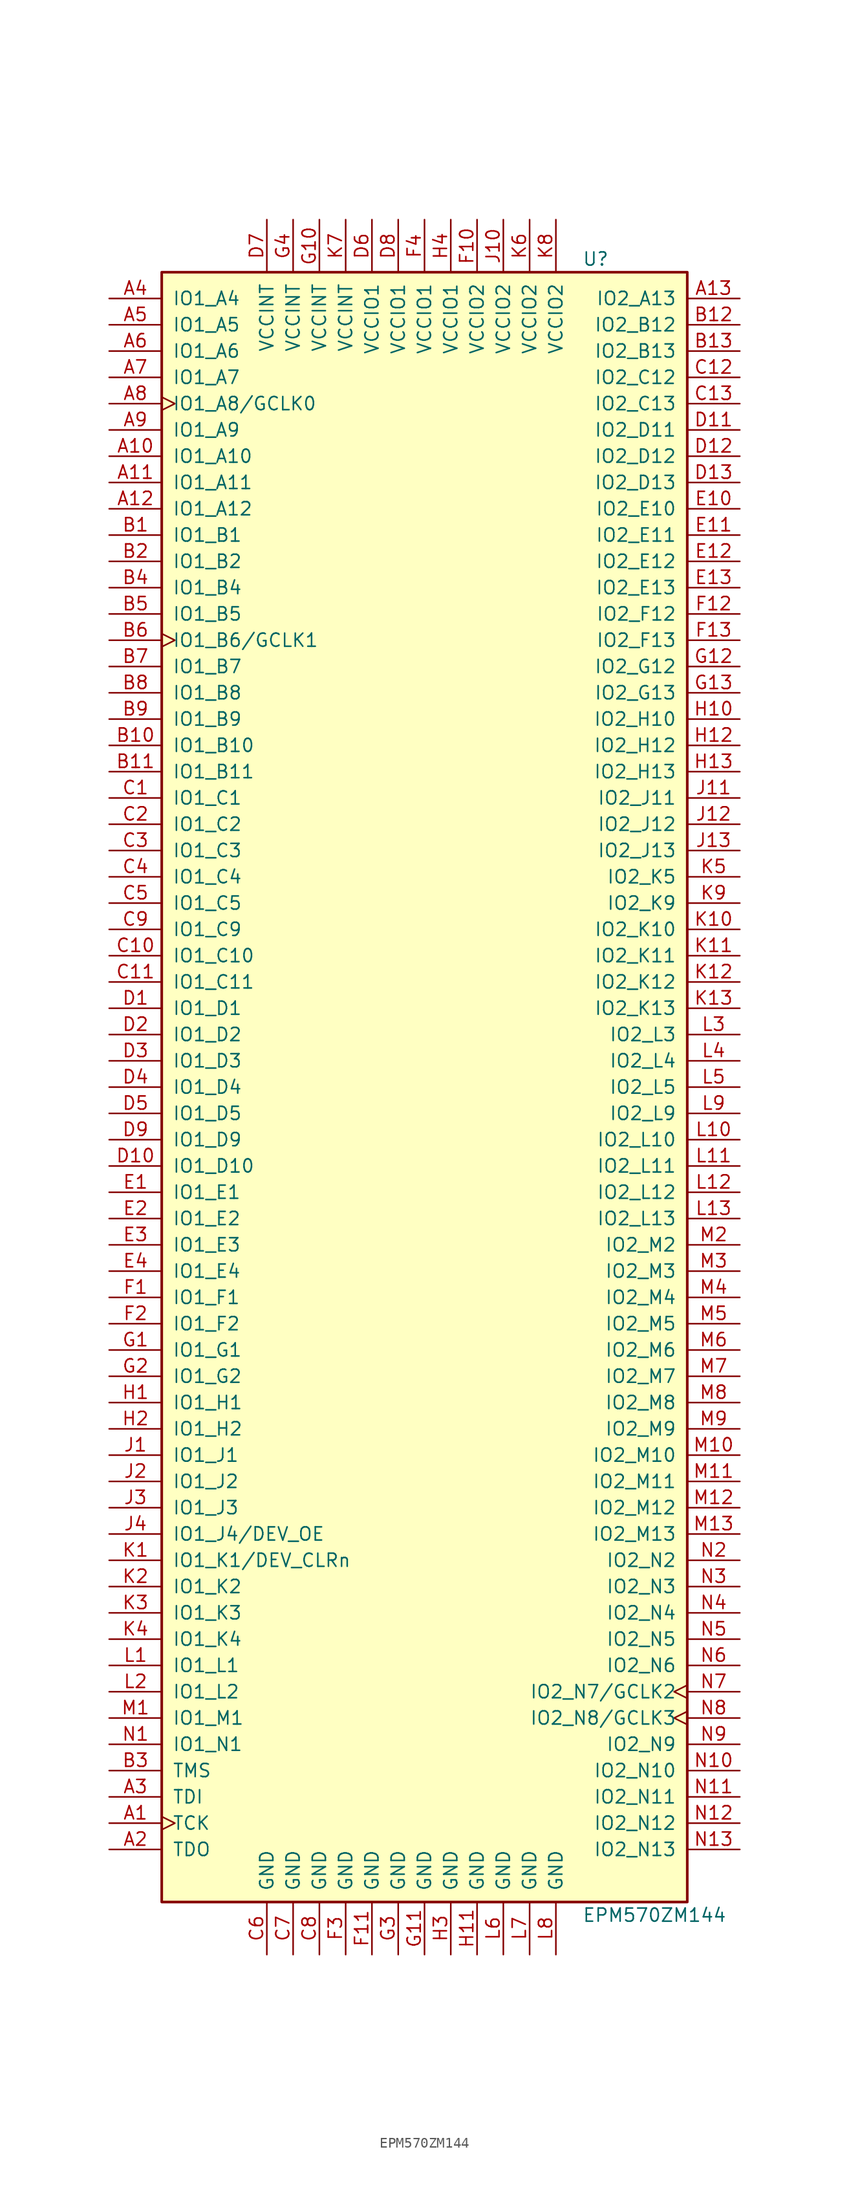
<source format=kicad_sym>
(kicad_symbol_lib
  (version 20231120)
  (generator "kicad_symbol_editor")
  (generator_version "8.0")
  (symbol "EPM570ZM144"
    (pin_names
      (offset 1.016))
    (property "Reference" "U"
      (at 15.24 80.01 0)
      (effects (font (size 1.27 1.27)) (justify left)))
    (property "Value" "EPM570ZM144"
      (at 15.24 -80.01 0)
      (effects (font (size 1.27 1.27)) (justify left)))
    (property "ki_locked" ""
      (at 0 0 0)
      (effects (font (size 1.27 1.27))))
    (symbol "EPM570ZM144_1_1"
      (rectangle (start -25.4 78.74) (end 25.4 -78.74) (stroke (width 0.254) (type default)) (fill (type background)))
      (pin input clock (at -30.48 -71.12 0) (length 5.08) (name "TCK" (effects (font (size 1.27 1.27)))) (number "A1" (effects (font (size 1.27 1.27)))))
      (pin bidirectional line (at -30.48 60.96 0) (length 5.08) (name "IO1_A10" (effects (font (size 1.27 1.27)))) (number "A10" (effects (font (size 1.27 1.27)))))
      (pin bidirectional line (at -30.48 58.42 0) (length 5.08) (name "IO1_A11" (effects (font (size 1.27 1.27)))) (number "A11" (effects (font (size 1.27 1.27)))))
      (pin bidirectional line (at -30.48 55.88 0) (length 5.08) (name "IO1_A12" (effects (font (size 1.27 1.27)))) (number "A12" (effects (font (size 1.27 1.27)))))
      (pin bidirectional line (at 30.48 76.2 180) (length 5.08) (name "IO2_A13" (effects (font (size 1.27 1.27)))) (number "A13" (effects (font (size 1.27 1.27)))))
      (pin output line (at -30.48 -73.66 0) (length 5.08) (name "TDO" (effects (font (size 1.27 1.27)))) (number "A2" (effects (font (size 1.27 1.27)))))
      (pin input line (at -30.48 -68.58 0) (length 5.08) (name "TDI" (effects (font (size 1.27 1.27)))) (number "A3" (effects (font (size 1.27 1.27)))))
      (pin bidirectional line (at -30.48 76.2 0) (length 5.08) (name "IO1_A4" (effects (font (size 1.27 1.27)))) (number "A4" (effects (font (size 1.27 1.27)))))
      (pin bidirectional line (at -30.48 73.66 0) (length 5.08) (name "IO1_A5" (effects (font (size 1.27 1.27)))) (number "A5" (effects (font (size 1.27 1.27)))))
      (pin bidirectional line (at -30.48 71.12 0) (length 5.08) (name "IO1_A6" (effects (font (size 1.27 1.27)))) (number "A6" (effects (font (size 1.27 1.27)))))
      (pin bidirectional line (at -30.48 68.58 0) (length 5.08) (name "IO1_A7" (effects (font (size 1.27 1.27)))) (number "A7" (effects (font (size 1.27 1.27)))))
      (pin bidirectional clock (at -30.48 66.04 0) (length 5.08) (name "IO1_A8/GCLK0" (effects (font (size 1.27 1.27)))) (number "A8" (effects (font (size 1.27 1.27)))))
      (pin bidirectional line (at -30.48 63.5 0) (length 5.08) (name "IO1_A9" (effects (font (size 1.27 1.27)))) (number "A9" (effects (font (size 1.27 1.27)))))
      (pin bidirectional line (at -30.48 53.34 0) (length 5.08) (name "IO1_B1" (effects (font (size 1.27 1.27)))) (number "B1" (effects (font (size 1.27 1.27)))))
      (pin bidirectional line (at -30.48 33.02 0) (length 5.08) (name "IO1_B10" (effects (font (size 1.27 1.27)))) (number "B10" (effects (font (size 1.27 1.27)))))
      (pin bidirectional line (at -30.48 30.48 0) (length 5.08) (name "IO1_B11" (effects (font (size 1.27 1.27)))) (number "B11" (effects (font (size 1.27 1.27)))))
      (pin bidirectional line (at 30.48 73.66 180) (length 5.08) (name "IO2_B12" (effects (font (size 1.27 1.27)))) (number "B12" (effects (font (size 1.27 1.27)))))
      (pin bidirectional line (at 30.48 71.12 180) (length 5.08) (name "IO2_B13" (effects (font (size 1.27 1.27)))) (number "B13" (effects (font (size 1.27 1.27)))))
      (pin bidirectional line (at -30.48 50.8 0) (length 5.08) (name "IO1_B2" (effects (font (size 1.27 1.27)))) (number "B2" (effects (font (size 1.27 1.27)))))
      (pin input line (at -30.48 -66.04 0) (length 5.08) (name "TMS" (effects (font (size 1.27 1.27)))) (number "B3" (effects (font (size 1.27 1.27)))))
      (pin bidirectional line (at -30.48 48.26 0) (length 5.08) (name "IO1_B4" (effects (font (size 1.27 1.27)))) (number "B4" (effects (font (size 1.27 1.27)))))
      (pin bidirectional line (at -30.48 45.72 0) (length 5.08) (name "IO1_B5" (effects (font (size 1.27 1.27)))) (number "B5" (effects (font (size 1.27 1.27)))))
      (pin bidirectional clock (at -30.48 43.18 0) (length 5.08) (name "IO1_B6/GCLK1" (effects (font (size 1.27 1.27)))) (number "B6" (effects (font (size 1.27 1.27)))))
      (pin bidirectional line (at -30.48 40.64 0) (length 5.08) (name "IO1_B7" (effects (font (size 1.27 1.27)))) (number "B7" (effects (font (size 1.27 1.27)))))
      (pin bidirectional line (at -30.48 38.1 0) (length 5.08) (name "IO1_B8" (effects (font (size 1.27 1.27)))) (number "B8" (effects (font (size 1.27 1.27)))))
      (pin bidirectional line (at -30.48 35.56 0) (length 5.08) (name "IO1_B9" (effects (font (size 1.27 1.27)))) (number "B9" (effects (font (size 1.27 1.27)))))
      (pin bidirectional line (at -30.48 27.94 0) (length 5.08) (name "IO1_C1" (effects (font (size 1.27 1.27)))) (number "C1" (effects (font (size 1.27 1.27)))))
      (pin bidirectional line (at -30.48 12.7 0) (length 5.08) (name "IO1_C10" (effects (font (size 1.27 1.27)))) (number "C10" (effects (font (size 1.27 1.27)))))
      (pin bidirectional line (at -30.48 10.16 0) (length 5.08) (name "IO1_C11" (effects (font (size 1.27 1.27)))) (number "C11" (effects (font (size 1.27 1.27)))))
      (pin bidirectional line (at 30.48 68.58 180) (length 5.08) (name "IO2_C12" (effects (font (size 1.27 1.27)))) (number "C12" (effects (font (size 1.27 1.27)))))
      (pin bidirectional line (at 30.48 66.04 180) (length 5.08) (name "IO2_C13" (effects (font (size 1.27 1.27)))) (number "C13" (effects (font (size 1.27 1.27)))))
      (pin bidirectional line (at -30.48 25.4 0) (length 5.08) (name "IO1_C2" (effects (font (size 1.27 1.27)))) (number "C2" (effects (font (size 1.27 1.27)))))
      (pin bidirectional line (at -30.48 22.86 0) (length 5.08) (name "IO1_C3" (effects (font (size 1.27 1.27)))) (number "C3" (effects (font (size 1.27 1.27)))))
      (pin bidirectional line (at -30.48 20.32 0) (length 5.08) (name "IO1_C4" (effects (font (size 1.27 1.27)))) (number "C4" (effects (font (size 1.27 1.27)))))
      (pin bidirectional line (at -30.48 17.78 0) (length 5.08) (name "IO1_C5" (effects (font (size 1.27 1.27)))) (number "C5" (effects (font (size 1.27 1.27)))))
      (pin power_in line (at -15.24 -83.82 90) (length 5.08) (name "GND" (effects (font (size 1.27 1.27)))) (number "C6" (effects (font (size 1.27 1.27)))))
      (pin power_in line (at -12.7 -83.82 90) (length 5.08) (name "GND" (effects (font (size 1.27 1.27)))) (number "C7" (effects (font (size 1.27 1.27)))))
      (pin power_in line (at -10.16 -83.82 90) (length 5.08) (name "GND" (effects (font (size 1.27 1.27)))) (number "C8" (effects (font (size 1.27 1.27)))))
      (pin bidirectional line (at -30.48 15.24 0) (length 5.08) (name "IO1_C9" (effects (font (size 1.27 1.27)))) (number "C9" (effects (font (size 1.27 1.27)))))
      (pin bidirectional line (at -30.48 7.62 0) (length 5.08) (name "IO1_D1" (effects (font (size 1.27 1.27)))) (number "D1" (effects (font (size 1.27 1.27)))))
      (pin bidirectional line (at -30.48 -7.62 0) (length 5.08) (name "IO1_D10" (effects (font (size 1.27 1.27)))) (number "D10" (effects (font (size 1.27 1.27)))))
      (pin bidirectional line (at 30.48 63.5 180) (length 5.08) (name "IO2_D11" (effects (font (size 1.27 1.27)))) (number "D11" (effects (font (size 1.27 1.27)))))
      (pin bidirectional line (at 30.48 60.96 180) (length 5.08) (name "IO2_D12" (effects (font (size 1.27 1.27)))) (number "D12" (effects (font (size 1.27 1.27)))))
      (pin bidirectional line (at 30.48 58.42 180) (length 5.08) (name "IO2_D13" (effects (font (size 1.27 1.27)))) (number "D13" (effects (font (size 1.27 1.27)))))
      (pin bidirectional line (at -30.48 5.08 0) (length 5.08) (name "IO1_D2" (effects (font (size 1.27 1.27)))) (number "D2" (effects (font (size 1.27 1.27)))))
      (pin bidirectional line (at -30.48 2.54 0) (length 5.08) (name "IO1_D3" (effects (font (size 1.27 1.27)))) (number "D3" (effects (font (size 1.27 1.27)))))
      (pin bidirectional line (at -30.48 0 0) (length 5.08) (name "IO1_D4" (effects (font (size 1.27 1.27)))) (number "D4" (effects (font (size 1.27 1.27)))))
      (pin bidirectional line (at -30.48 -2.54 0) (length 5.08) (name "IO1_D5" (effects (font (size 1.27 1.27)))) (number "D5" (effects (font (size 1.27 1.27)))))
      (pin power_in line (at -5.08 83.82 270) (length 5.08) (name "VCCIO1" (effects (font (size 1.27 1.27)))) (number "D6" (effects (font (size 1.27 1.27)))))
      (pin power_in line (at -15.24 83.82 270) (length 5.08) (name "VCCINT" (effects (font (size 1.27 1.27)))) (number "D7" (effects (font (size 1.27 1.27)))))
      (pin power_in line (at -2.54 83.82 270) (length 5.08) (name "VCCIO1" (effects (font (size 1.27 1.27)))) (number "D8" (effects (font (size 1.27 1.27)))))
      (pin bidirectional line (at -30.48 -5.08 0) (length 5.08) (name "IO1_D9" (effects (font (size 1.27 1.27)))) (number "D9" (effects (font (size 1.27 1.27)))))
      (pin bidirectional line (at -30.48 -10.16 0) (length 5.08) (name "IO1_E1" (effects (font (size 1.27 1.27)))) (number "E1" (effects (font (size 1.27 1.27)))))
      (pin bidirectional line (at 30.48 55.88 180) (length 5.08) (name "IO2_E10" (effects (font (size 1.27 1.27)))) (number "E10" (effects (font (size 1.27 1.27)))))
      (pin bidirectional line (at 30.48 53.34 180) (length 5.08) (name "IO2_E11" (effects (font (size 1.27 1.27)))) (number "E11" (effects (font (size 1.27 1.27)))))
      (pin bidirectional line (at 30.48 50.8 180) (length 5.08) (name "IO2_E12" (effects (font (size 1.27 1.27)))) (number "E12" (effects (font (size 1.27 1.27)))))
      (pin bidirectional line (at 30.48 48.26 180) (length 5.08) (name "IO2_E13" (effects (font (size 1.27 1.27)))) (number "E13" (effects (font (size 1.27 1.27)))))
      (pin bidirectional line (at -30.48 -12.7 0) (length 5.08) (name "IO1_E2" (effects (font (size 1.27 1.27)))) (number "E2" (effects (font (size 1.27 1.27)))))
      (pin bidirectional line (at -30.48 -15.24 0) (length 5.08) (name "IO1_E3" (effects (font (size 1.27 1.27)))) (number "E3" (effects (font (size 1.27 1.27)))))
      (pin bidirectional line (at -30.48 -17.78 0) (length 5.08) (name "IO1_E4" (effects (font (size 1.27 1.27)))) (number "E4" (effects (font (size 1.27 1.27)))))
      (pin bidirectional line (at -30.48 -20.32 0) (length 5.08) (name "IO1_F1" (effects (font (size 1.27 1.27)))) (number "F1" (effects (font (size 1.27 1.27)))))
      (pin power_in line (at 5.08 83.82 270) (length 5.08) (name "VCCIO2" (effects (font (size 1.27 1.27)))) (number "F10" (effects (font (size 1.27 1.27)))))
      (pin power_in line (at -5.08 -83.82 90) (length 5.08) (name "GND" (effects (font (size 1.27 1.27)))) (number "F11" (effects (font (size 1.27 1.27)))))
      (pin bidirectional line (at 30.48 45.72 180) (length 5.08) (name "IO2_F12" (effects (font (size 1.27 1.27)))) (number "F12" (effects (font (size 1.27 1.27)))))
      (pin bidirectional line (at 30.48 43.18 180) (length 5.08) (name "IO2_F13" (effects (font (size 1.27 1.27)))) (number "F13" (effects (font (size 1.27 1.27)))))
      (pin bidirectional line (at -30.48 -22.86 0) (length 5.08) (name "IO1_F2" (effects (font (size 1.27 1.27)))) (number "F2" (effects (font (size 1.27 1.27)))))
      (pin power_in line (at -7.62 -83.82 90) (length 5.08) (name "GND" (effects (font (size 1.27 1.27)))) (number "F3" (effects (font (size 1.27 1.27)))))
      (pin power_in line (at 0 83.82 270) (length 5.08) (name "VCCIO1" (effects (font (size 1.27 1.27)))) (number "F4" (effects (font (size 1.27 1.27)))))
      (pin bidirectional line (at -30.48 -25.4 0) (length 5.08) (name "IO1_G1" (effects (font (size 1.27 1.27)))) (number "G1" (effects (font (size 1.27 1.27)))))
      (pin power_in line (at -10.16 83.82 270) (length 5.08) (name "VCCINT" (effects (font (size 1.27 1.27)))) (number "G10" (effects (font (size 1.27 1.27)))))
      (pin power_in line (at 0 -83.82 90) (length 5.08) (name "GND" (effects (font (size 1.27 1.27)))) (number "G11" (effects (font (size 1.27 1.27)))))
      (pin bidirectional line (at 30.48 40.64 180) (length 5.08) (name "IO2_G12" (effects (font (size 1.27 1.27)))) (number "G12" (effects (font (size 1.27 1.27)))))
      (pin bidirectional line (at 30.48 38.1 180) (length 5.08) (name "IO2_G13" (effects (font (size 1.27 1.27)))) (number "G13" (effects (font (size 1.27 1.27)))))
      (pin bidirectional line (at -30.48 -27.94 0) (length 5.08) (name "IO1_G2" (effects (font (size 1.27 1.27)))) (number "G2" (effects (font (size 1.27 1.27)))))
      (pin power_in line (at -2.54 -83.82 90) (length 5.08) (name "GND" (effects (font (size 1.27 1.27)))) (number "G3" (effects (font (size 1.27 1.27)))))
      (pin power_in line (at -12.7 83.82 270) (length 5.08) (name "VCCINT" (effects (font (size 1.27 1.27)))) (number "G4" (effects (font (size 1.27 1.27)))))
      (pin bidirectional line (at -30.48 -30.48 0) (length 5.08) (name "IO1_H1" (effects (font (size 1.27 1.27)))) (number "H1" (effects (font (size 1.27 1.27)))))
      (pin bidirectional line (at 30.48 35.56 180) (length 5.08) (name "IO2_H10" (effects (font (size 1.27 1.27)))) (number "H10" (effects (font (size 1.27 1.27)))))
      (pin power_in line (at 5.08 -83.82 90) (length 5.08) (name "GND" (effects (font (size 1.27 1.27)))) (number "H11" (effects (font (size 1.27 1.27)))))
      (pin bidirectional line (at 30.48 33.02 180) (length 5.08) (name "IO2_H12" (effects (font (size 1.27 1.27)))) (number "H12" (effects (font (size 1.27 1.27)))))
      (pin bidirectional line (at 30.48 30.48 180) (length 5.08) (name "IO2_H13" (effects (font (size 1.27 1.27)))) (number "H13" (effects (font (size 1.27 1.27)))))
      (pin bidirectional line (at -30.48 -33.02 0) (length 5.08) (name "IO1_H2" (effects (font (size 1.27 1.27)))) (number "H2" (effects (font (size 1.27 1.27)))))
      (pin power_in line (at 2.54 -83.82 90) (length 5.08) (name "GND" (effects (font (size 1.27 1.27)))) (number "H3" (effects (font (size 1.27 1.27)))))
      (pin power_in line (at 2.54 83.82 270) (length 5.08) (name "VCCIO1" (effects (font (size 1.27 1.27)))) (number "H4" (effects (font (size 1.27 1.27)))))
      (pin bidirectional line (at -30.48 -35.56 0) (length 5.08) (name "IO1_J1" (effects (font (size 1.27 1.27)))) (number "J1" (effects (font (size 1.27 1.27)))))
      (pin power_in line (at 7.62 83.82 270) (length 5.08) (name "VCCIO2" (effects (font (size 1.27 1.27)))) (number "J10" (effects (font (size 1.27 1.27)))))
      (pin bidirectional line (at 30.48 27.94 180) (length 5.08) (name "IO2_J11" (effects (font (size 1.27 1.27)))) (number "J11" (effects (font (size 1.27 1.27)))))
      (pin bidirectional line (at 30.48 25.4 180) (length 5.08) (name "IO2_J12" (effects (font (size 1.27 1.27)))) (number "J12" (effects (font (size 1.27 1.27)))))
      (pin bidirectional line (at 30.48 22.86 180) (length 5.08) (name "IO2_J13" (effects (font (size 1.27 1.27)))) (number "J13" (effects (font (size 1.27 1.27)))))
      (pin bidirectional line (at -30.48 -38.1 0) (length 5.08) (name "IO1_J2" (effects (font (size 1.27 1.27)))) (number "J2" (effects (font (size 1.27 1.27)))))
      (pin bidirectional line (at -30.48 -40.64 0) (length 5.08) (name "IO1_J3" (effects (font (size 1.27 1.27)))) (number "J3" (effects (font (size 1.27 1.27)))))
      (pin bidirectional line (at -30.48 -43.18 0) (length 5.08) (name "IO1_J4/DEV_OE" (effects (font (size 1.27 1.27)))) (number "J4" (effects (font (size 1.27 1.27)))))
      (pin bidirectional line (at -30.48 -45.72 0) (length 5.08) (name "IO1_K1/DEV_CLRn" (effects (font (size 1.27 1.27)))) (number "K1" (effects (font (size 1.27 1.27)))))
      (pin bidirectional line (at 30.48 15.24 180) (length 5.08) (name "IO2_K10" (effects (font (size 1.27 1.27)))) (number "K10" (effects (font (size 1.27 1.27)))))
      (pin bidirectional line (at 30.48 12.7 180) (length 5.08) (name "IO2_K11" (effects (font (size 1.27 1.27)))) (number "K11" (effects (font (size 1.27 1.27)))))
      (pin bidirectional line (at 30.48 10.16 180) (length 5.08) (name "IO2_K12" (effects (font (size 1.27 1.27)))) (number "K12" (effects (font (size 1.27 1.27)))))
      (pin bidirectional line (at 30.48 7.62 180) (length 5.08) (name "IO2_K13" (effects (font (size 1.27 1.27)))) (number "K13" (effects (font (size 1.27 1.27)))))
      (pin bidirectional line (at -30.48 -48.26 0) (length 5.08) (name "IO1_K2" (effects (font (size 1.27 1.27)))) (number "K2" (effects (font (size 1.27 1.27)))))
      (pin bidirectional line (at -30.48 -50.8 0) (length 5.08) (name "IO1_K3" (effects (font (size 1.27 1.27)))) (number "K3" (effects (font (size 1.27 1.27)))))
      (pin bidirectional line (at -30.48 -53.34 0) (length 5.08) (name "IO1_K4" (effects (font (size 1.27 1.27)))) (number "K4" (effects (font (size 1.27 1.27)))))
      (pin bidirectional line (at 30.48 20.32 180) (length 5.08) (name "IO2_K5" (effects (font (size 1.27 1.27)))) (number "K5" (effects (font (size 1.27 1.27)))))
      (pin power_in line (at 10.16 83.82 270) (length 5.08) (name "VCCIO2" (effects (font (size 1.27 1.27)))) (number "K6" (effects (font (size 1.27 1.27)))))
      (pin power_in line (at -7.62 83.82 270) (length 5.08) (name "VCCINT" (effects (font (size 1.27 1.27)))) (number "K7" (effects (font (size 1.27 1.27)))))
      (pin power_in line (at 12.7 83.82 270) (length 5.08) (name "VCCIO2" (effects (font (size 1.27 1.27)))) (number "K8" (effects (font (size 1.27 1.27)))))
      (pin bidirectional line (at 30.48 17.78 180) (length 5.08) (name "IO2_K9" (effects (font (size 1.27 1.27)))) (number "K9" (effects (font (size 1.27 1.27)))))
      (pin bidirectional line (at -30.48 -55.88 0) (length 5.08) (name "IO1_L1" (effects (font (size 1.27 1.27)))) (number "L1" (effects (font (size 1.27 1.27)))))
      (pin bidirectional line (at 30.48 -5.08 180) (length 5.08) (name "IO2_L10" (effects (font (size 1.27 1.27)))) (number "L10" (effects (font (size 1.27 1.27)))))
      (pin bidirectional line (at 30.48 -7.62 180) (length 5.08) (name "IO2_L11" (effects (font (size 1.27 1.27)))) (number "L11" (effects (font (size 1.27 1.27)))))
      (pin bidirectional line (at 30.48 -10.16 180) (length 5.08) (name "IO2_L12" (effects (font (size 1.27 1.27)))) (number "L12" (effects (font (size 1.27 1.27)))))
      (pin bidirectional line (at 30.48 -12.7 180) (length 5.08) (name "IO2_L13" (effects (font (size 1.27 1.27)))) (number "L13" (effects (font (size 1.27 1.27)))))
      (pin bidirectional line (at -30.48 -58.42 0) (length 5.08) (name "IO1_L2" (effects (font (size 1.27 1.27)))) (number "L2" (effects (font (size 1.27 1.27)))))
      (pin bidirectional line (at 30.48 5.08 180) (length 5.08) (name "IO2_L3" (effects (font (size 1.27 1.27)))) (number "L3" (effects (font (size 1.27 1.27)))))
      (pin bidirectional line (at 30.48 2.54 180) (length 5.08) (name "IO2_L4" (effects (font (size 1.27 1.27)))) (number "L4" (effects (font (size 1.27 1.27)))))
      (pin bidirectional line (at 30.48 0 180) (length 5.08) (name "IO2_L5" (effects (font (size 1.27 1.27)))) (number "L5" (effects (font (size 1.27 1.27)))))
      (pin power_in line (at 7.62 -83.82 90) (length 5.08) (name "GND" (effects (font (size 1.27 1.27)))) (number "L6" (effects (font (size 1.27 1.27)))))
      (pin power_in line (at 10.16 -83.82 90) (length 5.08) (name "GND" (effects (font (size 1.27 1.27)))) (number "L7" (effects (font (size 1.27 1.27)))))
      (pin power_in line (at 12.7 -83.82 90) (length 5.08) (name "GND" (effects (font (size 1.27 1.27)))) (number "L8" (effects (font (size 1.27 1.27)))))
      (pin bidirectional line (at 30.48 -2.54 180) (length 5.08) (name "IO2_L9" (effects (font (size 1.27 1.27)))) (number "L9" (effects (font (size 1.27 1.27)))))
      (pin bidirectional line (at -30.48 -60.96 0) (length 5.08) (name "IO1_M1" (effects (font (size 1.27 1.27)))) (number "M1" (effects (font (size 1.27 1.27)))))
      (pin bidirectional line (at 30.48 -35.56 180) (length 5.08) (name "IO2_M10" (effects (font (size 1.27 1.27)))) (number "M10" (effects (font (size 1.27 1.27)))))
      (pin bidirectional line (at 30.48 -38.1 180) (length 5.08) (name "IO2_M11" (effects (font (size 1.27 1.27)))) (number "M11" (effects (font (size 1.27 1.27)))))
      (pin bidirectional line (at 30.48 -40.64 180) (length 5.08) (name "IO2_M12" (effects (font (size 1.27 1.27)))) (number "M12" (effects (font (size 1.27 1.27)))))
      (pin bidirectional line (at 30.48 -43.18 180) (length 5.08) (name "IO2_M13" (effects (font (size 1.27 1.27)))) (number "M13" (effects (font (size 1.27 1.27)))))
      (pin bidirectional line (at 30.48 -15.24 180) (length 5.08) (name "IO2_M2" (effects (font (size 1.27 1.27)))) (number "M2" (effects (font (size 1.27 1.27)))))
      (pin bidirectional line (at 30.48 -17.78 180) (length 5.08) (name "IO2_M3" (effects (font (size 1.27 1.27)))) (number "M3" (effects (font (size 1.27 1.27)))))
      (pin bidirectional line (at 30.48 -20.32 180) (length 5.08) (name "IO2_M4" (effects (font (size 1.27 1.27)))) (number "M4" (effects (font (size 1.27 1.27)))))
      (pin bidirectional line (at 30.48 -22.86 180) (length 5.08) (name "IO2_M5" (effects (font (size 1.27 1.27)))) (number "M5" (effects (font (size 1.27 1.27)))))
      (pin bidirectional line (at 30.48 -25.4 180) (length 5.08) (name "IO2_M6" (effects (font (size 1.27 1.27)))) (number "M6" (effects (font (size 1.27 1.27)))))
      (pin bidirectional line (at 30.48 -27.94 180) (length 5.08) (name "IO2_M7" (effects (font (size 1.27 1.27)))) (number "M7" (effects (font (size 1.27 1.27)))))
      (pin bidirectional line (at 30.48 -30.48 180) (length 5.08) (name "IO2_M8" (effects (font (size 1.27 1.27)))) (number "M8" (effects (font (size 1.27 1.27)))))
      (pin bidirectional line (at 30.48 -33.02 180) (length 5.08) (name "IO2_M9" (effects (font (size 1.27 1.27)))) (number "M9" (effects (font (size 1.27 1.27)))))
      (pin bidirectional line (at -30.48 -63.5 0) (length 5.08) (name "IO1_N1" (effects (font (size 1.27 1.27)))) (number "N1" (effects (font (size 1.27 1.27)))))
      (pin bidirectional line (at 30.48 -66.04 180) (length 5.08) (name "IO2_N10" (effects (font (size 1.27 1.27)))) (number "N10" (effects (font (size 1.27 1.27)))))
      (pin bidirectional line (at 30.48 -68.58 180) (length 5.08) (name "IO2_N11" (effects (font (size 1.27 1.27)))) (number "N11" (effects (font (size 1.27 1.27)))))
      (pin bidirectional line (at 30.48 -71.12 180) (length 5.08) (name "IO2_N12" (effects (font (size 1.27 1.27)))) (number "N12" (effects (font (size 1.27 1.27)))))
      (pin bidirectional line (at 30.48 -73.66 180) (length 5.08) (name "IO2_N13" (effects (font (size 1.27 1.27)))) (number "N13" (effects (font (size 1.27 1.27)))))
      (pin bidirectional line (at 30.48 -45.72 180) (length 5.08) (name "IO2_N2" (effects (font (size 1.27 1.27)))) (number "N2" (effects (font (size 1.27 1.27)))))
      (pin bidirectional line (at 30.48 -48.26 180) (length 5.08) (name "IO2_N3" (effects (font (size 1.27 1.27)))) (number "N3" (effects (font (size 1.27 1.27)))))
      (pin bidirectional line (at 30.48 -50.8 180) (length 5.08) (name "IO2_N4" (effects (font (size 1.27 1.27)))) (number "N4" (effects (font (size 1.27 1.27)))))
      (pin bidirectional line (at 30.48 -53.34 180) (length 5.08) (name "IO2_N5" (effects (font (size 1.27 1.27)))) (number "N5" (effects (font (size 1.27 1.27)))))
      (pin bidirectional line (at 30.48 -55.88 180) (length 5.08) (name "IO2_N6" (effects (font (size 1.27 1.27)))) (number "N6" (effects (font (size 1.27 1.27)))))
      (pin bidirectional clock (at 30.48 -58.42 180) (length 5.08) (name "IO2_N7/GCLK2" (effects (font (size 1.27 1.27)))) (number "N7" (effects (font (size 1.27 1.27)))))
      (pin bidirectional clock (at 30.48 -60.96 180) (length 5.08) (name "IO2_N8/GCLK3" (effects (font (size 1.27 1.27)))) (number "N8" (effects (font (size 1.27 1.27)))))
      (pin bidirectional line (at 30.48 -63.5 180) (length 5.08) (name "IO2_N9" (effects (font (size 1.27 1.27)))) (number "N9" (effects (font (size 1.27 1.27))))))))
</source>
